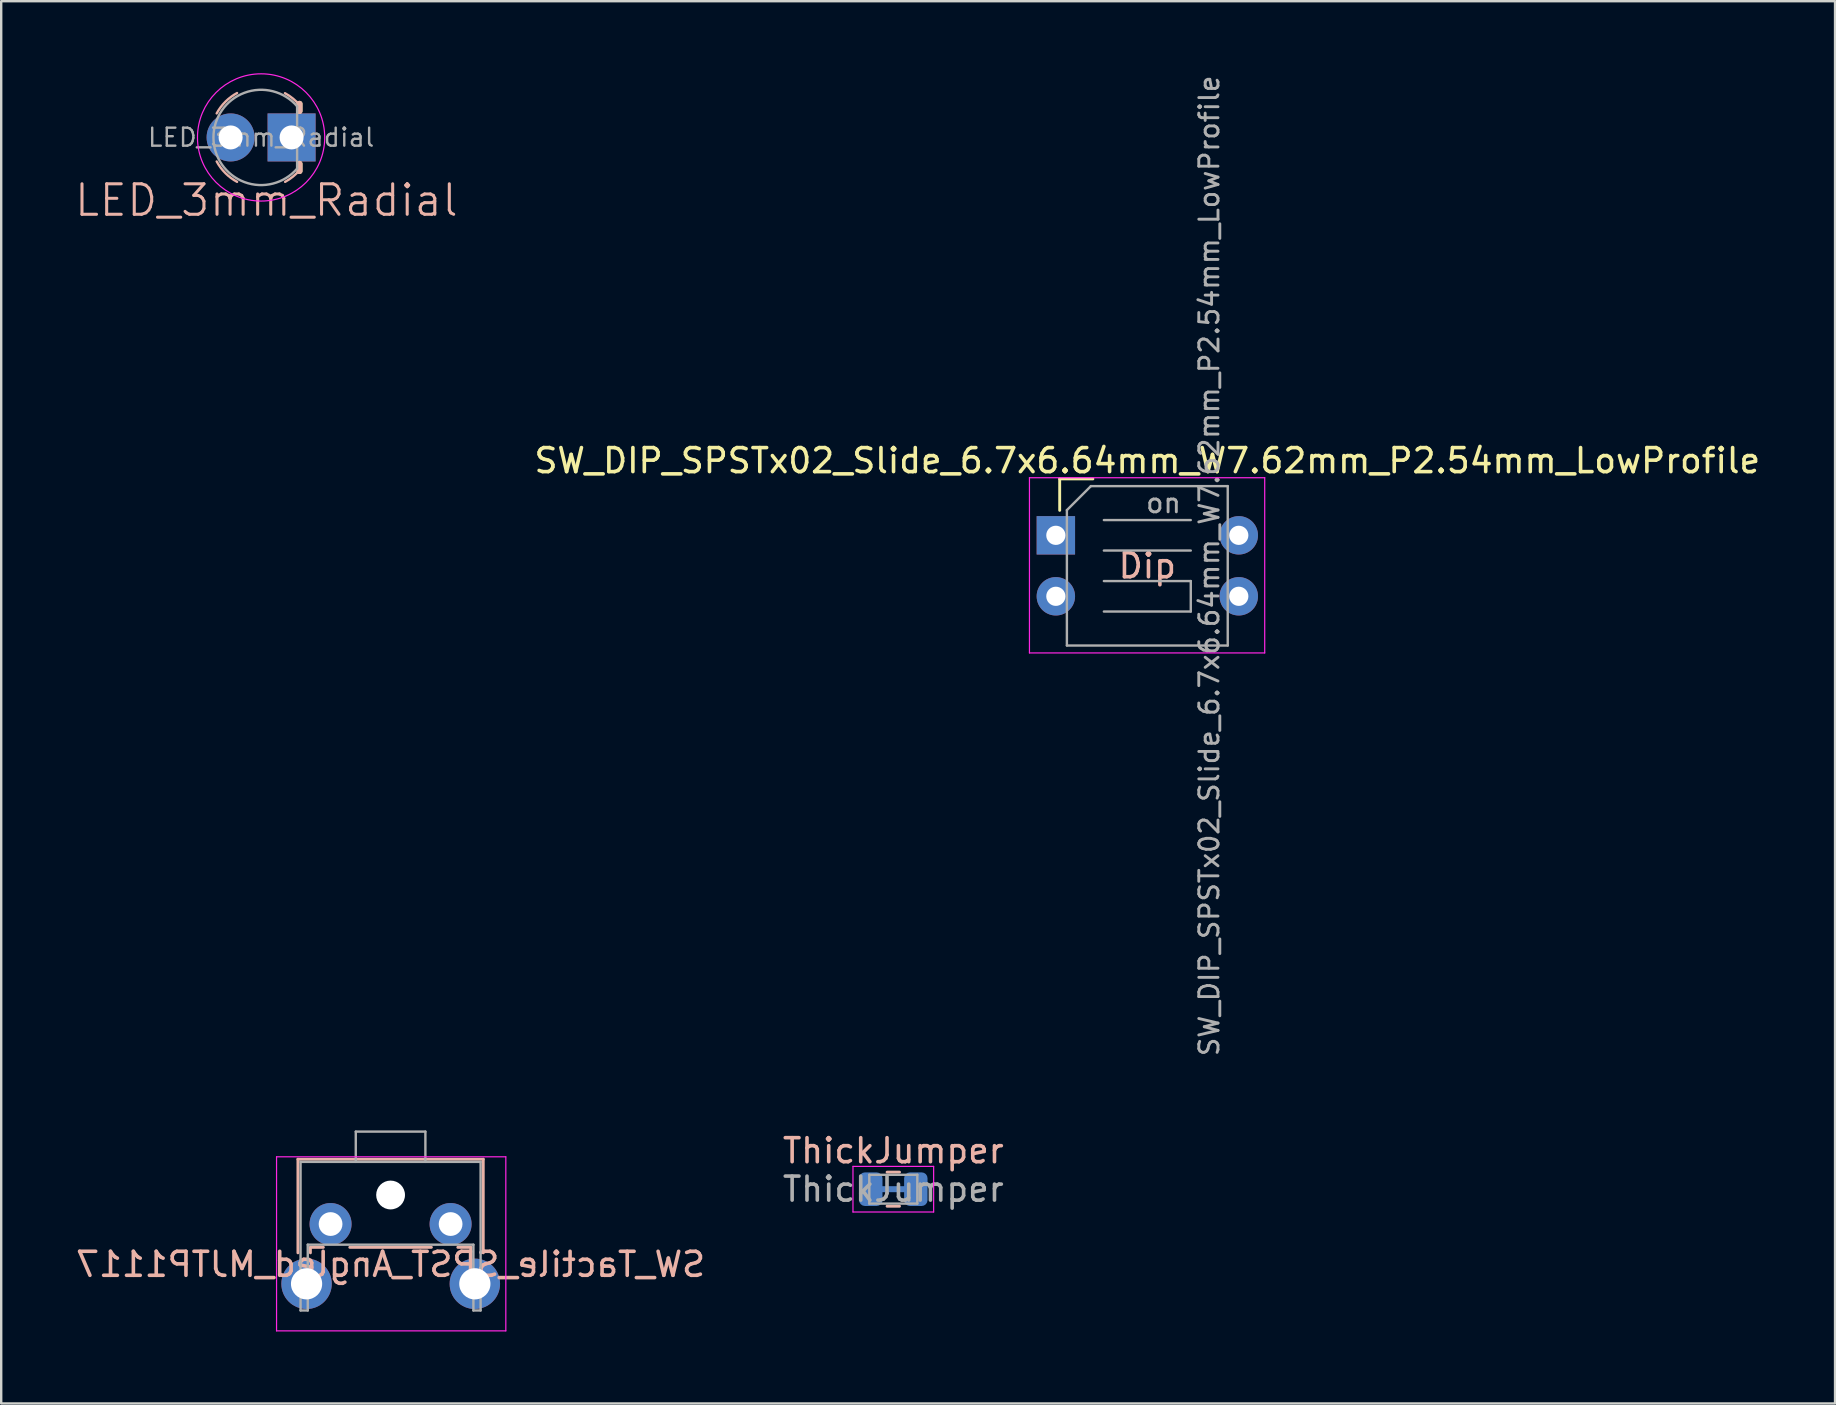
<source format=kicad_pcb>
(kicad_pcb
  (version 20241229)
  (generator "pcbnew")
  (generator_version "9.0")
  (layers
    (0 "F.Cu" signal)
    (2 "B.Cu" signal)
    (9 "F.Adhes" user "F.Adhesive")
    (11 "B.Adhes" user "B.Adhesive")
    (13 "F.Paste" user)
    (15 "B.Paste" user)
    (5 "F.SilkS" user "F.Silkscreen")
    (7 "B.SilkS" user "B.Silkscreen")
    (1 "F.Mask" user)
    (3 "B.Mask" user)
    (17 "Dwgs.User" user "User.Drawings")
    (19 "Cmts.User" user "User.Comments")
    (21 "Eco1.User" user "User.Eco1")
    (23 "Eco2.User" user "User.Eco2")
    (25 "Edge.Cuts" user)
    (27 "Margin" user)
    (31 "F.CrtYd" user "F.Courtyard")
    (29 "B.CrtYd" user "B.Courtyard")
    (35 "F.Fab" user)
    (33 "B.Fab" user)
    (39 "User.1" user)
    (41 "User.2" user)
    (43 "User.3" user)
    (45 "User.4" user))
  (footprint "LED_3mm_Radial"
    (layer "F.Cu")
    (at 9.096 2.675)
    (property "Reference" "LED_3mm_Radial" (at -1.05 2.62 0) (layer "B.SilkS") (effects (font (size 1.27 1.27) (thickness 0.127))))
    (attr through_hole)
    (fp_line (start 0.33 -1.4) (end 0.33 -1.1) (stroke (width 0.25) (type solid)) (layer "F.SilkS"))
    (fp_line (start 0.33 1.4) (end 0.33 1.1) (stroke (width 0.25) (type solid)) (layer "F.SilkS"))
    (fp_line (start 0.33 -1.4) (end 0.33 -1.1) (stroke (width 0.25) (type solid)) (layer "B.SilkS"))
    (fp_line (start 0.33 1.4) (end 0.33 1.1) (stroke (width 0.25) (type solid)) (layer "B.SilkS"))
    (fp_arc (start -3.119756 -1.000451) (mid -2.756846 -1.487208) (end -2.27 -1.85) (stroke (width 0.1) (type solid)) (layer "B.SilkS"))
    (fp_arc (start -2.270451 1.849756) (mid -2.757208 1.486846) (end -3.12 1) (stroke (width 0.1) (type solid)) (layer "B.SilkS"))
    (fp_arc (start -0.276109 -1.842466) (mid 0.050113 -1.624747) (end 0.33 -1.35) (stroke (width 0.1) (type solid)) (layer "B.SilkS"))
    (fp_arc (start 0.338445 1.354771) (mid 0.05752 1.631009) (end -0.27 1.85) (stroke (width 0.1) (type solid)) (layer "B.SilkS"))
    (fp_circle (center -1.27 0) (end 1.38 0) (stroke (width 0.05) (type solid)) (fill no) (layer "F.CrtYd"))
    (fp_line (start 0.23 -1.3) (end 0.23 1.3) (stroke (width 0.1) (type solid)) (layer "F.Fab"))
    (fp_arc (start 0.23 1.3) (mid -3.254943 0) (end 0.23 -1.3) (stroke (width 0.1) (type solid)) (layer "F.Fab"))
    (fp_text user "${REFERENCE}" (at -1.27 0 0) (layer "F.Fab") (effects (font (size 0.75 0.75) (thickness 0.1))))
    (pad "A" thru_hole circle (at -2.54 0) (size 2 2) (drill 1) (layers "*.Cu" "*.Mask"))
    (pad "K" thru_hole rect (at 0 0) (size 2 2) (drill 1) (layers "*.Cu" "*.Mask")))
  (footprint "SW_DIP_SPSTx02_Slide_6.7x6.64mm_W7.62mm_P2.54mm_LowProfile"
    (layer "F.Cu")
    (at 40.932 19.249)
    (property "Reference" "SW_DIP_SPSTx02_Slide_6.7x6.64mm_W7.62mm_P2.54mm_LowProfile" (at 3.81 -3.11 0) (layer "F.SilkS") (effects (font (size 1 1) (thickness 0.15))))
    (attr through_hole)
    (fp_line (start 0.16 -2.35) (end 0.16 -1.04) (stroke (width 0.12) (type solid)) (layer "F.SilkS"))
    (fp_line (start 0.16 -2.35) (end 1.543 -2.35) (stroke (width 0.12) (type solid)) (layer "F.SilkS"))
    (fp_line (start -1.1 -2.4) (end -1.1 4.9) (stroke (width 0.05) (type solid)) (layer "F.CrtYd"))
    (fp_line (start -1.1 4.9) (end 8.7 4.9) (stroke (width 0.05) (type solid)) (layer "F.CrtYd"))
    (fp_line (start 8.7 -2.4) (end -1.1 -2.4) (stroke (width 0.05) (type solid)) (layer "F.CrtYd"))
    (fp_line (start 8.7 4.9) (end 8.7 -2.4) (stroke (width 0.05) (type solid)) (layer "F.CrtYd"))
    (fp_line (start 0.46 -1.05) (end 1.46 -2.05) (stroke (width 0.1) (type solid)) (layer "F.Fab"))
    (fp_line (start 0.46 4.59) (end 0.46 -1.05) (stroke (width 0.1) (type solid)) (layer "F.Fab"))
    (fp_line (start 1.46 -2.05) (end 7.16 -2.05) (stroke (width 0.1) (type solid)) (layer "F.Fab"))
    (fp_line (start 2 0.635) (end 5.62 0.635) (stroke (width 0.1) (type solid)) (layer "F.Fab"))
    (fp_line (start 2 3.175) (end 5.62 3.175) (stroke (width 0.1) (type solid)) (layer "F.Fab"))
    (fp_line (start 5.62 -0.635) (end 2 -0.635) (stroke (width 0.1) (type solid)) (layer "F.Fab"))
    (fp_line (start 5.62 1.905) (end 2 1.905) (stroke (width 0.1) (type solid)) (layer "F.Fab"))
    (fp_line (start 5.62 3.175) (end 5.62 1.905) (stroke (width 0.1) (type solid)) (layer "F.Fab"))
    (fp_line (start 7.16 -2.05) (end 7.16 4.59) (stroke (width 0.1) (type solid)) (layer "F.Fab"))
    (fp_line (start 7.16 4.59) (end 0.46 4.59) (stroke (width 0.1) (type solid)) (layer "F.Fab"))
    (fp_text user "Dip" (at 3.81 1.27 0) (layer "B.SilkS") (effects (font (size 1 1) (thickness 0.15))))
    (fp_text user "${REFERENCE}" (at 6.39 1.27 90) (layer "F.Fab") (effects (font (size 0.8 0.8) (thickness 0.12))))
    (fp_text user "on" (at 4.485 -1.343 0) (layer "F.Fab") (effects (font (size 0.8 0.8) (thickness 0.12))))
    (pad "1" thru_hole rect (at 0 0) (size 1.6 1.6) (drill 0.8) (layers "*.Cu" "*.Mask"))
    (pad "2" thru_hole oval (at 0 2.54) (size 1.6 1.6) (drill 0.8) (layers "*.Cu" "*.Mask"))
    (pad "3" thru_hole oval (at 7.62 2.54) (size 1.6 1.6) (drill 0.8) (layers "*.Cu" "*.Mask"))
    (pad "4" thru_hole oval (at 7.62 0) (size 1.6 1.6) (drill 0.8) (layers "*.Cu" "*.Mask")))
  (footprint "ThickJumper"
    (layer "F.Cu")
    (at 34.161 46.486)
    (property "Reference" "ThickJumper" (at 0 -1.6 0) (layer "B.SilkS") (effects (font (size 1 1) (thickness 0.15))))
    (attr smd)
    (fp_line (start -0.259 -0.71) (end 0.259 -0.71) (stroke (width 0.12) (type solid)) (layer "B.SilkS"))
    (fp_line (start -0.259 0.71) (end 0.259 0.71) (stroke (width 0.12) (type solid)) (layer "B.SilkS"))
    (fp_line (start -1.68 -0.95) (end 1.68 -0.95) (stroke (width 0.05) (type solid)) (layer "F.CrtYd"))
    (fp_line (start -1.68 0.95) (end -1.68 -0.95) (stroke (width 0.05) (type solid)) (layer "F.CrtYd"))
    (fp_line (start 1.68 -0.95) (end 1.68 0.95) (stroke (width 0.05) (type solid)) (layer "F.CrtYd"))
    (fp_line (start 1.68 0.95) (end -1.68 0.95) (stroke (width 0.05) (type solid)) (layer "F.CrtYd"))
    (fp_line (start -1 -0.6) (end 1 -0.6) (stroke (width 0.1) (type solid)) (layer "F.Fab"))
    (fp_line (start -1 0.6) (end -1 -0.6) (stroke (width 0.1) (type solid)) (layer "F.Fab"))
    (fp_line (start 1 -0.6) (end 1 0.6) (stroke (width 0.1) (type solid)) (layer "F.Fab"))
    (fp_line (start 1 0.6) (end -1 0.6) (stroke (width 0.1) (type solid)) (layer "F.Fab"))
    (fp_text user "${REFERENCE}" (at 0 0 0) (layer "F.Fab") (effects (font (size 1 1) (thickness 0.15))))
    (pad "1" smd roundrect (at -0.938 0) (size 0.975 1.4) (layers "B.Cu" "B.Mask" "B.Paste") (roundrect_rratio 0.25))
    (pad "2" smd roundrect (at 0.938 0) (size 0.975 1.4) (layers "B.Cu" "B.Mask" "B.Paste") (roundrect_rratio 0.25))
    (pad "3" smd custom (at 0 0) (size 1.524 0.25) (layers "B.Cu" "B.Mask" "B.Paste") (options (anchor rect)) (primitives)))
  (footprint "SW_Tactile_SPST_Angled_MJTP1117"
    (layer "F.Cu")
    (at 10.72 47.938)
    (property "Reference" "SW_Tactile_SPST_Angled_MJTP1117" (at 2.5 1.68 0) (layer "B.SilkS") (effects (font (size 1 1) (thickness 0.15)) (justify mirror)))
    (attr through_hole)
    (fp_line (start -1.36 -2.7) (end -1.36 1.2) (stroke (width 0.12) (type solid)) (layer "B.SilkS"))
    (fp_line (start -1.36 -2.7) (end 6.36 -2.7) (stroke (width 0.12) (type solid)) (layer "B.SilkS"))
    (fp_line (start -0.84 0.97) (end -0.84 1.2) (stroke (width 0.12) (type solid)) (layer "B.SilkS"))
    (fp_line (start -0.84 0.97) (end -0.3 0.97) (stroke (width 0.12) (type solid)) (layer "B.SilkS"))
    (fp_line (start 0.8 0.97) (end 4.2 0.97) (stroke (width 0.12) (type solid)) (layer "B.SilkS"))
    (fp_line (start 5.3 0.97) (end 5.84 0.97) (stroke (width 0.12) (type solid)) (layer "B.SilkS"))
    (fp_line (start 5.84 0.97) (end 5.84 1.2) (stroke (width 0.12) (type solid)) (layer "B.SilkS"))
    (fp_line (start 6.36 -2.7) (end 6.36 1.2) (stroke (width 0.12) (type solid)) (layer "B.SilkS"))
    (fp_line (start -2.25 -2.8) (end 7.3 -2.8) (stroke (width 0.05) (type solid)) (layer "F.CrtYd"))
    (fp_line (start -2.25 4.45) (end -2.25 -2.8) (stroke (width 0.05) (type solid)) (layer "F.CrtYd"))
    (fp_line (start 7.3 -2.8) (end 7.3 4.45) (stroke (width 0.05) (type solid)) (layer "F.CrtYd"))
    (fp_line (start 7.3 4.45) (end -2.25 4.45) (stroke (width 0.05) (type solid)) (layer "F.CrtYd"))
    (fp_line (start -1.25 -2.59) (end 6.25 -2.59) (stroke (width 0.1) (type solid)) (layer "F.Fab"))
    (fp_line (start -1.25 3.6) (end -1.25 -2.59) (stroke (width 0.1) (type solid)) (layer "F.Fab"))
    (fp_line (start -1.25 3.6) (end -0.95 3.6) (stroke (width 0.1) (type solid)) (layer "F.Fab"))
    (fp_line (start -0.95 0.86) (end 5.95 0.86) (stroke (width 0.1) (type solid)) (layer "F.Fab"))
    (fp_line (start -0.95 3.6) (end -0.95 0.86) (stroke (width 0.1) (type solid)) (layer "F.Fab"))
    (fp_line (start 1.05 -3.85) (end 1.05 -2.59) (stroke (width 0.1) (type solid)) (layer "F.Fab"))
    (fp_line (start 1.05 -3.85) (end 3.95 -3.85) (stroke (width 0.1) (type solid)) (layer "F.Fab"))
    (fp_line (start 3.95 -3.85) (end 3.95 -2.59) (stroke (width 0.1) (type solid)) (layer "F.Fab"))
    (fp_line (start 5.95 3.6) (end 5.95 0.86) (stroke (width 0.1) (type solid)) (layer "F.Fab"))
    (fp_line (start 5.95 3.6) (end 6.25 3.6) (stroke (width 0.1) (type solid)) (layer "F.Fab"))
    (fp_line (start 6.25 3.6) (end 6.25 -2.59) (stroke (width 0.1) (type solid)) (layer "F.Fab"))
    (pad "" thru_hole circle (at -1 2.49) (size 2.1 2.1) (drill 1.3) (layers "*.Cu" "*.Mask"))
    (pad "" np_thru_hole circle (at 2.5 -1.21) (size 1.2 1.2) (drill 1.2) (layers "*.Cu" "*.Mask"))
    (pad "" thru_hole circle (at 6.01 2.49) (size 2.1 2.1) (drill 1.3) (layers "*.Cu" "*.Mask"))
    (pad "1" thru_hole circle (at 0 0) (size 1.75 1.75) (drill 0.99) (layers "*.Cu" "*.Mask"))
    (pad "2" thru_hole circle (at 5 0) (size 1.75 1.75) (drill 0.99) (layers "*.Cu" "*.Mask")))
  (gr_rect
    (start -3 -3)
    (end 73.39 55.413)
    (stroke (width 0.1) (type default))
    (fill no)
    (layer "Edge.Cuts")))
</source>
